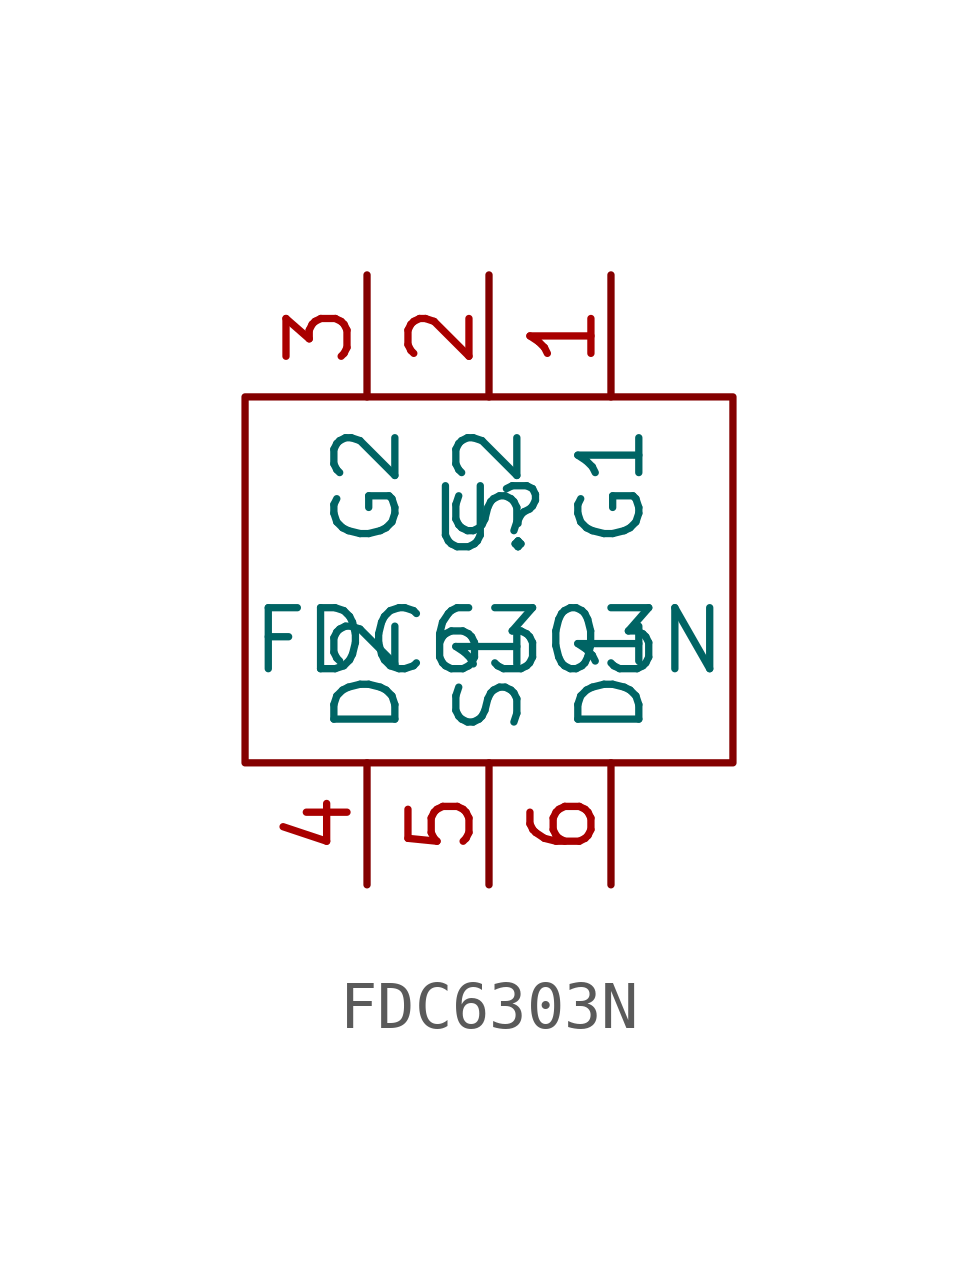
<source format=kicad_sym>
(kicad_symbol_lib
  (version 20211014)
  (generator kicad_symbol_editor)
  (symbol "FDC6303N:FDC6303N"
    (property "Reference" "U"
      (at 0 0 0)
      (effects (font (size 1.27 1.27))))
    (property "Value" "FDC6303N"
      (at 0 -2.54 0)
      (effects (font (size 1.27 1.27))))
    (symbol "FDC6303N_0_1"
      (rectangle (start -5.08 2.54) (end 5.08 -5.08) (stroke (width 0.152) (type default) (color 0 0 0 0)) (fill (type none))))
    (symbol "FDC6303N_1_1"
      (pin passive line (at 2.54 5.08 270) (length 2.54) (name "G1" (effects (font (size 1.27 1.27)))) (number "1" (effects (font (size 1.27 1.27)))))
      (pin passive line (at 0 5.08 270) (length 2.54) (name "S2" (effects (font (size 1.27 1.27)))) (number "2" (effects (font (size 1.27 1.27)))))
      (pin passive line (at -2.54 5.08 270) (length 2.54) (name "G2" (effects (font (size 1.27 1.27)))) (number "3" (effects (font (size 1.27 1.27)))))
      (pin passive line (at -2.54 -7.62 90) (length 2.54) (name "D2" (effects (font (size 1.27 1.27)))) (number "4" (effects (font (size 1.27 1.27)))))
      (pin passive line (at 0 -7.62 90) (length 2.54) (name "S1" (effects (font (size 1.27 1.27)))) (number "5" (effects (font (size 1.27 1.27)))))
      (pin passive line (at 2.54 -7.62 90) (length 2.54) (name "D1" (effects (font (size 1.27 1.27)))) (number "6" (effects (font (size 1.27 1.27))))))))
</source>
